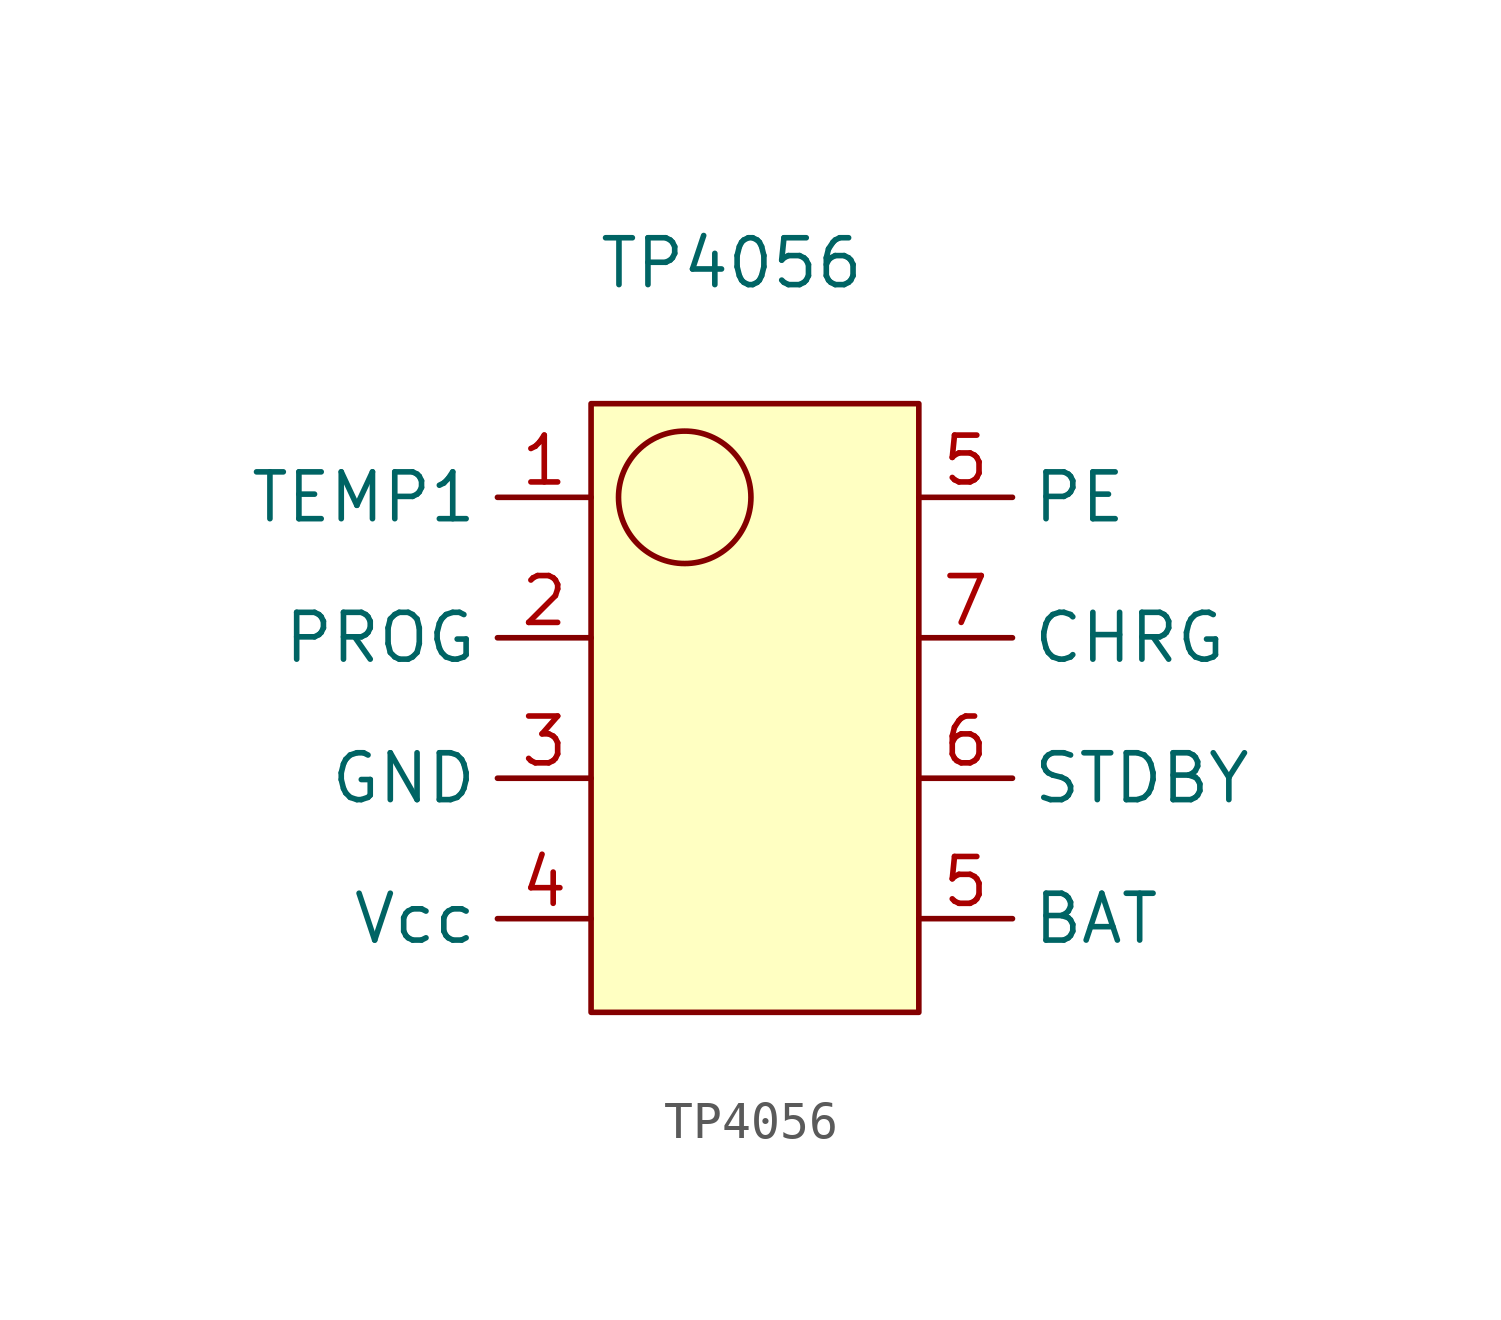
<source format=kicad_sym>
(kicad_symbol_lib
  (version 20231120)
  (generator "kicad_symbol_editor")
  (generator_version "8.0")
  (symbol "TP4056"
    (property "Reference" "U"
      (at 0 6.35 0)
      (effects (font (size 1.27 1.27)) (hide yes)))
    (property "Value" "TP4056"
      (at 0 6.35 0)
      (effects (font (size 1.27 1.27))))
    (property "Footprint" ""
      (at 0 6.35 0)
      (effects (font (size 1.27 1.27))))
    (property "Description" ""
      (at 0 6.35 0)
      (effects (font (size 1.27 1.27))))
    (symbol "TP4056_1_1"
      (rectangle (start -3.81 2.54) (end 5.08 -13.97) (stroke (width 0) (type default)) (fill (type color) (color 255 255 194 1)))
      (circle (center -1.27 0) (radius 1.796) (stroke (width 0) (type default)) (fill (type none)))
      (pin input line (at -3.81 0 180) (length 2.54) (name "TEMP1" (effects (font (size 1.27 1.27)))) (number "1" (effects (font (size 1.27 1.27)))))
      (pin bidirectional line (at -3.81 -3.81 180) (length 2.54) (name "PROG" (effects (font (size 1.27 1.27)))) (number "2" (effects (font (size 1.27 1.27)))))
      (pin output line (at -3.81 -7.62 180) (length 2.54) (name "GND" (effects (font (size 1.27 1.27)))) (number "3" (effects (font (size 1.27 1.27)))))
      (pin input line (at -3.81 -11.43 180) (length 2.54) (name "Vcc" (effects (font (size 1.27 1.27)))) (number "4" (effects (font (size 1.27 1.27)))))
      (pin input line (at 5.08 -11.43 0) (length 2.54) (name "BAT" (effects (font (size 1.27 1.27)))) (number "5" (effects (font (size 1.27 1.27)))))
      (pin input line (at 5.08 0 0) (length 2.54) (name "PE" (effects (font (size 1.27 1.27)))) (number "5" (effects (font (size 1.27 1.27)))))
      (pin input line (at 5.08 -7.62 0) (length 2.54) (name "STDBY" (effects (font (size 1.27 1.27)))) (number "6" (effects (font (size 1.27 1.27)))))
      (pin input line (at 5.08 -3.81 0) (length 2.54) (name "CHRG" (effects (font (size 1.27 1.27)))) (number "7" (effects (font (size 1.27 1.27))))))))
</source>
